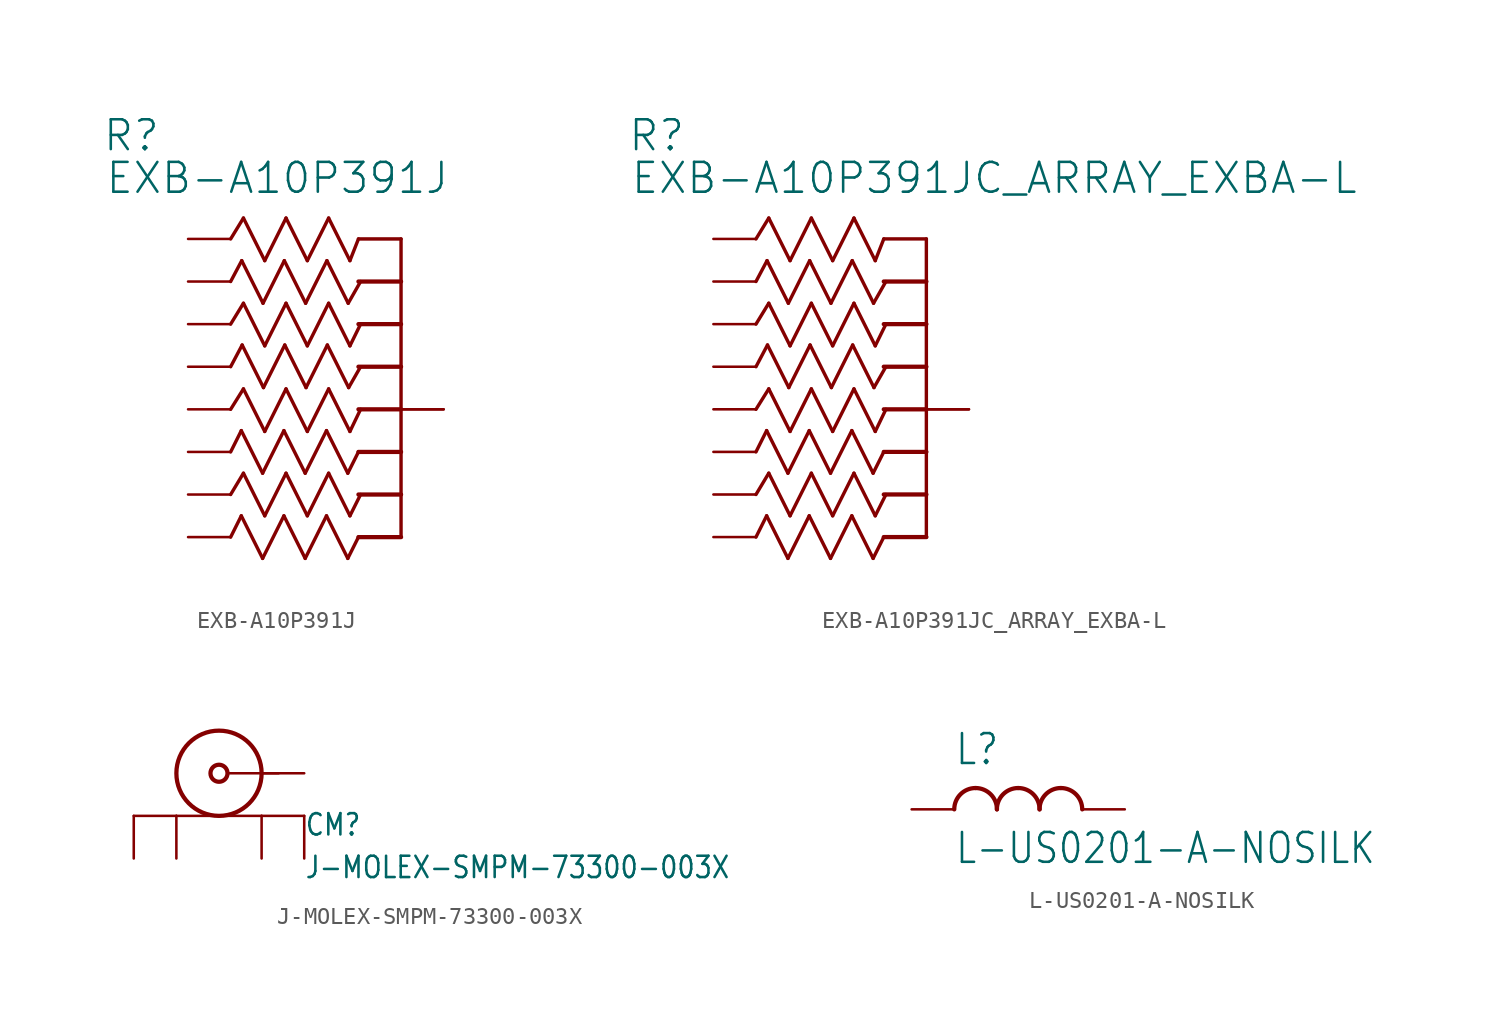
<source format=kicad_sym>
(kicad_symbol_lib
  (version 20211014)
  (generator kicad_symbol_editor)
  (symbol "EXB-A10P391J"
    (property "Reference" "R"
      (at -17.831 5.131 0)
      (effects (font (size 1.778 1.778)) (justify left bottom)))
    (property "Value" "EXB-A10P391J"
      (at -17.678 2.591 0)
      (effects (font (size 1.778 1.778)) (justify left bottom)))
    (property "ki_locked" ""
      (at 0 0 0)
      (effects (font (size 1.27 1.27))))
    (symbol "EXB-A10P391J_1_0"
      (polyline (pts (xy -10.16 -15.24) (xy -9.398 -13.97)) (stroke (width 0.203) (type default) (color 0 0 0 0)) (fill (type none)))
      (polyline (pts (xy -10.16 -10.16) (xy -9.398 -8.941)) (stroke (width 0.203) (type default) (color 0 0 0 0)) (fill (type none)))
      (polyline (pts (xy -10.16 -5.08) (xy -9.398 -3.835)) (stroke (width 0.203) (type default) (color 0 0 0 0)) (fill (type none)))
      (polyline (pts (xy -10.16 0) (xy -9.398 1.245)) (stroke (width 0.203) (type default) (color 0 0 0 0)) (fill (type none)))
      (polyline (pts (xy -9.525 -16.51) (xy -10.16 -17.78)) (stroke (width 0.203) (type default) (color 0 0 0 0)) (fill (type none)))
      (polyline (pts (xy -9.525 -11.43) (xy -10.16 -12.7)) (stroke (width 0.203) (type default) (color 0 0 0 0)) (fill (type none)))
      (polyline (pts (xy -9.5 -1.295) (xy -10.16 -2.54)) (stroke (width 0.203) (type default) (color 0 0 0 0)) (fill (type none)))
      (polyline (pts (xy -9.474 -6.325) (xy -10.16 -7.62)) (stroke (width 0.203) (type default) (color 0 0 0 0)) (fill (type none)))
      (polyline (pts (xy -9.398 -13.97) (xy -8.128 -16.51)) (stroke (width 0.203) (type default) (color 0 0 0 0)) (fill (type none)))
      (polyline (pts (xy -9.398 -8.941) (xy -8.128 -11.481)) (stroke (width 0.203) (type default) (color 0 0 0 0)) (fill (type none)))
      (polyline (pts (xy -9.398 -3.835) (xy -8.128 -6.375)) (stroke (width 0.203) (type default) (color 0 0 0 0)) (fill (type none)))
      (polyline (pts (xy -9.398 1.245) (xy -8.128 -1.295)) (stroke (width 0.203) (type default) (color 0 0 0 0)) (fill (type none)))
      (polyline (pts (xy -8.255 -19.05) (xy -9.525 -16.51)) (stroke (width 0.203) (type default) (color 0 0 0 0)) (fill (type none)))
      (polyline (pts (xy -8.255 -13.97) (xy -9.525 -11.43)) (stroke (width 0.203) (type default) (color 0 0 0 0)) (fill (type none)))
      (polyline (pts (xy -8.23 -3.835) (xy -9.5 -1.295)) (stroke (width 0.203) (type default) (color 0 0 0 0)) (fill (type none)))
      (polyline (pts (xy -8.204 -8.865) (xy -9.474 -6.325)) (stroke (width 0.203) (type default) (color 0 0 0 0)) (fill (type none)))
      (polyline (pts (xy -8.128 -16.51) (xy -6.858 -13.97)) (stroke (width 0.203) (type default) (color 0 0 0 0)) (fill (type none)))
      (polyline (pts (xy -8.128 -11.481) (xy -6.858 -8.941)) (stroke (width 0.203) (type default) (color 0 0 0 0)) (fill (type none)))
      (polyline (pts (xy -8.128 -6.375) (xy -6.858 -3.835)) (stroke (width 0.203) (type default) (color 0 0 0 0)) (fill (type none)))
      (polyline (pts (xy -8.128 -1.295) (xy -6.858 1.245)) (stroke (width 0.203) (type default) (color 0 0 0 0)) (fill (type none)))
      (polyline (pts (xy -6.985 -16.51) (xy -8.255 -19.05)) (stroke (width 0.203) (type default) (color 0 0 0 0)) (fill (type none)))
      (polyline (pts (xy -6.985 -11.43) (xy -8.255 -13.97)) (stroke (width 0.203) (type default) (color 0 0 0 0)) (fill (type none)))
      (polyline (pts (xy -6.96 -1.295) (xy -8.23 -3.835)) (stroke (width 0.203) (type default) (color 0 0 0 0)) (fill (type none)))
      (polyline (pts (xy -6.934 -6.325) (xy -8.204 -8.865)) (stroke (width 0.203) (type default) (color 0 0 0 0)) (fill (type none)))
      (polyline (pts (xy -6.858 -13.97) (xy -5.588 -16.51)) (stroke (width 0.203) (type default) (color 0 0 0 0)) (fill (type none)))
      (polyline (pts (xy -6.858 -8.941) (xy -5.588 -11.481)) (stroke (width 0.203) (type default) (color 0 0 0 0)) (fill (type none)))
      (polyline (pts (xy -6.858 -3.835) (xy -5.588 -6.375)) (stroke (width 0.203) (type default) (color 0 0 0 0)) (fill (type none)))
      (polyline (pts (xy -6.858 1.245) (xy -5.588 -1.295)) (stroke (width 0.203) (type default) (color 0 0 0 0)) (fill (type none)))
      (polyline (pts (xy -5.715 -19.05) (xy -6.985 -16.51)) (stroke (width 0.203) (type default) (color 0 0 0 0)) (fill (type none)))
      (polyline (pts (xy -5.715 -13.97) (xy -6.985 -11.43)) (stroke (width 0.203) (type default) (color 0 0 0 0)) (fill (type none)))
      (polyline (pts (xy -5.69 -3.835) (xy -6.96 -1.295)) (stroke (width 0.203) (type default) (color 0 0 0 0)) (fill (type none)))
      (polyline (pts (xy -5.664 -8.865) (xy -6.934 -6.325)) (stroke (width 0.203) (type default) (color 0 0 0 0)) (fill (type none)))
      (polyline (pts (xy -5.588 -16.51) (xy -4.318 -13.97)) (stroke (width 0.203) (type default) (color 0 0 0 0)) (fill (type none)))
      (polyline (pts (xy -5.588 -11.481) (xy -4.318 -8.941)) (stroke (width 0.203) (type default) (color 0 0 0 0)) (fill (type none)))
      (polyline (pts (xy -5.588 -6.375) (xy -4.318 -3.835)) (stroke (width 0.203) (type default) (color 0 0 0 0)) (fill (type none)))
      (polyline (pts (xy -5.588 -1.295) (xy -4.318 1.245)) (stroke (width 0.203) (type default) (color 0 0 0 0)) (fill (type none)))
      (polyline (pts (xy -4.445 -16.51) (xy -5.715 -19.05)) (stroke (width 0.203) (type default) (color 0 0 0 0)) (fill (type none)))
      (polyline (pts (xy -4.445 -11.43) (xy -5.715 -13.97)) (stroke (width 0.203) (type default) (color 0 0 0 0)) (fill (type none)))
      (polyline (pts (xy -4.42 -1.295) (xy -5.69 -3.835)) (stroke (width 0.203) (type default) (color 0 0 0 0)) (fill (type none)))
      (polyline (pts (xy -4.394 -6.325) (xy -5.664 -8.865)) (stroke (width 0.203) (type default) (color 0 0 0 0)) (fill (type none)))
      (polyline (pts (xy -4.318 -13.97) (xy -3.048 -16.51)) (stroke (width 0.203) (type default) (color 0 0 0 0)) (fill (type none)))
      (polyline (pts (xy -4.318 -8.941) (xy -3.048 -11.481)) (stroke (width 0.203) (type default) (color 0 0 0 0)) (fill (type none)))
      (polyline (pts (xy -4.318 -3.835) (xy -3.048 -6.375)) (stroke (width 0.203) (type default) (color 0 0 0 0)) (fill (type none)))
      (polyline (pts (xy -4.318 1.245) (xy -3.048 -1.295)) (stroke (width 0.203) (type default) (color 0 0 0 0)) (fill (type none)))
      (polyline (pts (xy -3.175 -19.05) (xy -4.445 -16.51)) (stroke (width 0.203) (type default) (color 0 0 0 0)) (fill (type none)))
      (polyline (pts (xy -3.175 -13.97) (xy -4.445 -11.43)) (stroke (width 0.203) (type default) (color 0 0 0 0)) (fill (type none)))
      (polyline (pts (xy -3.15 -3.835) (xy -4.42 -1.295)) (stroke (width 0.203) (type default) (color 0 0 0 0)) (fill (type none)))
      (polyline (pts (xy -3.124 -8.865) (xy -4.394 -6.325)) (stroke (width 0.203) (type default) (color 0 0 0 0)) (fill (type none)))
      (polyline (pts (xy -3.048 -16.51) (xy -2.413 -15.24)) (stroke (width 0.203) (type default) (color 0 0 0 0)) (fill (type none)))
      (polyline (pts (xy -3.048 -11.481) (xy -2.413 -10.16)) (stroke (width 0.203) (type default) (color 0 0 0 0)) (fill (type none)))
      (polyline (pts (xy -3.048 -6.375) (xy -2.413 -5.08)) (stroke (width 0.203) (type default) (color 0 0 0 0)) (fill (type none)))
      (polyline (pts (xy -3.048 -1.295) (xy -2.54 0)) (stroke (width 0.203) (type default) (color 0 0 0 0)) (fill (type none)))
      (polyline (pts (xy -2.54 -17.78) (xy -3.175 -19.05)) (stroke (width 0.203) (type default) (color 0 0 0 0)) (fill (type none)))
      (polyline (pts (xy -2.54 -17.78) (xy 0 -17.78)) (stroke (width 0.254) (type default) (color 0 0 0 0)) (fill (type none)))
      (polyline (pts (xy -2.54 -15.24) (xy 0 -15.24)) (stroke (width 0.254) (type default) (color 0 0 0 0)) (fill (type none)))
      (polyline (pts (xy -2.54 -12.7) (xy -3.175 -13.97)) (stroke (width 0.203) (type default) (color 0 0 0 0)) (fill (type none)))
      (polyline (pts (xy -2.54 -12.7) (xy 0 -12.7)) (stroke (width 0.254) (type default) (color 0 0 0 0)) (fill (type none)))
      (polyline (pts (xy -2.54 -10.16) (xy 0 -10.16)) (stroke (width 0.254) (type default) (color 0 0 0 0)) (fill (type none)))
      (polyline (pts (xy -2.54 -7.62) (xy 0 -7.62)) (stroke (width 0.254) (type default) (color 0 0 0 0)) (fill (type none)))
      (polyline (pts (xy -2.54 -5.08) (xy 0 -5.08)) (stroke (width 0.254) (type default) (color 0 0 0 0)) (fill (type none)))
      (polyline (pts (xy -2.54 -2.54) (xy 0 -2.54)) (stroke (width 0.254) (type default) (color 0 0 0 0)) (fill (type none)))
      (polyline (pts (xy -2.54 0) (xy 0 0)) (stroke (width 0.203) (type default) (color 0 0 0 0)) (fill (type none)))
      (polyline (pts (xy -2.413 -7.62) (xy -3.124 -8.865)) (stroke (width 0.203) (type default) (color 0 0 0 0)) (fill (type none)))
      (polyline (pts (xy -2.413 -2.54) (xy -3.15 -3.835)) (stroke (width 0.203) (type default) (color 0 0 0 0)) (fill (type none)))
      (polyline (pts (xy 0 -15.24) (xy 0 -17.78)) (stroke (width 0.203) (type default) (color 0 0 0 0)) (fill (type none)))
      (polyline (pts (xy 0 -12.7) (xy 0 -15.24)) (stroke (width 0.203) (type default) (color 0 0 0 0)) (fill (type none)))
      (polyline (pts (xy 0 -10.16) (xy 0 -12.7)) (stroke (width 0.203) (type default) (color 0 0 0 0)) (fill (type none)))
      (polyline (pts (xy 0 -7.62) (xy 0 -10.16)) (stroke (width 0.203) (type default) (color 0 0 0 0)) (fill (type none)))
      (polyline (pts (xy 0 -5.08) (xy 0 -7.62)) (stroke (width 0.203) (type default) (color 0 0 0 0)) (fill (type none)))
      (polyline (pts (xy 0 -2.54) (xy 0 -5.08)) (stroke (width 0.203) (type default) (color 0 0 0 0)) (fill (type none)))
      (polyline (pts (xy 0 0) (xy 0 -2.54)) (stroke (width 0.203) (type default) (color 0 0 0 0)) (fill (type none)))
      (pin passive line (at -12.7 0 0) (length 2.54) (name "11" (effects (font (size 0 0)))) (number "1" (effects (font (size 0 0)))))
      (pin passive line (at 2.54 -10.16 180) (length 2.54) (name "55" (effects (font (size 0 0)))) (number "10" (effects (font (size 0 0)))))
      (pin passive line (at -12.7 -5.08 0) (length 2.54) (name "22" (effects (font (size 0 0)))) (number "2" (effects (font (size 0 0)))))
      (pin passive line (at -12.7 -10.16 0) (length 2.54) (name "33" (effects (font (size 0 0)))) (number "3" (effects (font (size 0 0)))))
      (pin passive line (at -12.7 -15.24 0) (length 2.54) (name "44" (effects (font (size 0 0)))) (number "4" (effects (font (size 0 0)))))
      (pin passive line (at 2.54 -10.16 180) (length 2.54) (name "55" (effects (font (size 0 0)))) (number "5" (effects (font (size 0 0)))))
      (pin passive line (at -12.7 -17.78 0) (length 2.54) (name "66" (effects (font (size 0 0)))) (number "6" (effects (font (size 0 0)))))
      (pin passive line (at -12.7 -12.7 0) (length 2.54) (name "77" (effects (font (size 0 0)))) (number "7" (effects (font (size 0 0)))))
      (pin passive line (at -12.7 -7.62 0) (length 2.54) (name "88" (effects (font (size 0 0)))) (number "8" (effects (font (size 0 0)))))
      (pin passive line (at -12.7 -2.54 0) (length 2.54) (name "99" (effects (font (size 0 0)))) (number "9" (effects (font (size 0 0)))))))
  (symbol "EXB-A10P391JC_ARRAY_EXBA-L"
    (property "Reference" "R"
      (at -17.831 5.131 0)
      (effects (font (size 1.778 1.778)) (justify left bottom)))
    (property "Value" "EXB-A10P391JC_ARRAY_EXBA-L"
      (at -17.678 2.591 0)
      (effects (font (size 1.778 1.778)) (justify left bottom)))
    (property "ki_locked" ""
      (at 0 0 0)
      (effects (font (size 1.27 1.27))))
    (symbol "EXB-A10P391JC_ARRAY_EXBA-L_1_0"
      (polyline (pts (xy -10.16 -15.24) (xy -9.398 -13.97)) (stroke (width 0.203) (type default) (color 0 0 0 0)) (fill (type none)))
      (polyline (pts (xy -10.16 -10.16) (xy -9.398 -8.941)) (stroke (width 0.203) (type default) (color 0 0 0 0)) (fill (type none)))
      (polyline (pts (xy -10.16 -5.08) (xy -9.398 -3.835)) (stroke (width 0.203) (type default) (color 0 0 0 0)) (fill (type none)))
      (polyline (pts (xy -10.16 0) (xy -9.398 1.245)) (stroke (width 0.203) (type default) (color 0 0 0 0)) (fill (type none)))
      (polyline (pts (xy -9.525 -16.51) (xy -10.16 -17.78)) (stroke (width 0.203) (type default) (color 0 0 0 0)) (fill (type none)))
      (polyline (pts (xy -9.525 -11.43) (xy -10.16 -12.7)) (stroke (width 0.203) (type default) (color 0 0 0 0)) (fill (type none)))
      (polyline (pts (xy -9.5 -1.295) (xy -10.16 -2.54)) (stroke (width 0.203) (type default) (color 0 0 0 0)) (fill (type none)))
      (polyline (pts (xy -9.474 -6.325) (xy -10.16 -7.62)) (stroke (width 0.203) (type default) (color 0 0 0 0)) (fill (type none)))
      (polyline (pts (xy -9.398 -13.97) (xy -8.128 -16.51)) (stroke (width 0.203) (type default) (color 0 0 0 0)) (fill (type none)))
      (polyline (pts (xy -9.398 -8.941) (xy -8.128 -11.481)) (stroke (width 0.203) (type default) (color 0 0 0 0)) (fill (type none)))
      (polyline (pts (xy -9.398 -3.835) (xy -8.128 -6.375)) (stroke (width 0.203) (type default) (color 0 0 0 0)) (fill (type none)))
      (polyline (pts (xy -9.398 1.245) (xy -8.128 -1.295)) (stroke (width 0.203) (type default) (color 0 0 0 0)) (fill (type none)))
      (polyline (pts (xy -8.255 -19.05) (xy -9.525 -16.51)) (stroke (width 0.203) (type default) (color 0 0 0 0)) (fill (type none)))
      (polyline (pts (xy -8.255 -13.97) (xy -9.525 -11.43)) (stroke (width 0.203) (type default) (color 0 0 0 0)) (fill (type none)))
      (polyline (pts (xy -8.23 -3.835) (xy -9.5 -1.295)) (stroke (width 0.203) (type default) (color 0 0 0 0)) (fill (type none)))
      (polyline (pts (xy -8.204 -8.865) (xy -9.474 -6.325)) (stroke (width 0.203) (type default) (color 0 0 0 0)) (fill (type none)))
      (polyline (pts (xy -8.128 -16.51) (xy -6.858 -13.97)) (stroke (width 0.203) (type default) (color 0 0 0 0)) (fill (type none)))
      (polyline (pts (xy -8.128 -11.481) (xy -6.858 -8.941)) (stroke (width 0.203) (type default) (color 0 0 0 0)) (fill (type none)))
      (polyline (pts (xy -8.128 -6.375) (xy -6.858 -3.835)) (stroke (width 0.203) (type default) (color 0 0 0 0)) (fill (type none)))
      (polyline (pts (xy -8.128 -1.295) (xy -6.858 1.245)) (stroke (width 0.203) (type default) (color 0 0 0 0)) (fill (type none)))
      (polyline (pts (xy -6.985 -16.51) (xy -8.255 -19.05)) (stroke (width 0.203) (type default) (color 0 0 0 0)) (fill (type none)))
      (polyline (pts (xy -6.985 -11.43) (xy -8.255 -13.97)) (stroke (width 0.203) (type default) (color 0 0 0 0)) (fill (type none)))
      (polyline (pts (xy -6.96 -1.295) (xy -8.23 -3.835)) (stroke (width 0.203) (type default) (color 0 0 0 0)) (fill (type none)))
      (polyline (pts (xy -6.934 -6.325) (xy -8.204 -8.865)) (stroke (width 0.203) (type default) (color 0 0 0 0)) (fill (type none)))
      (polyline (pts (xy -6.858 -13.97) (xy -5.588 -16.51)) (stroke (width 0.203) (type default) (color 0 0 0 0)) (fill (type none)))
      (polyline (pts (xy -6.858 -8.941) (xy -5.588 -11.481)) (stroke (width 0.203) (type default) (color 0 0 0 0)) (fill (type none)))
      (polyline (pts (xy -6.858 -3.835) (xy -5.588 -6.375)) (stroke (width 0.203) (type default) (color 0 0 0 0)) (fill (type none)))
      (polyline (pts (xy -6.858 1.245) (xy -5.588 -1.295)) (stroke (width 0.203) (type default) (color 0 0 0 0)) (fill (type none)))
      (polyline (pts (xy -5.715 -19.05) (xy -6.985 -16.51)) (stroke (width 0.203) (type default) (color 0 0 0 0)) (fill (type none)))
      (polyline (pts (xy -5.715 -13.97) (xy -6.985 -11.43)) (stroke (width 0.203) (type default) (color 0 0 0 0)) (fill (type none)))
      (polyline (pts (xy -5.69 -3.835) (xy -6.96 -1.295)) (stroke (width 0.203) (type default) (color 0 0 0 0)) (fill (type none)))
      (polyline (pts (xy -5.664 -8.865) (xy -6.934 -6.325)) (stroke (width 0.203) (type default) (color 0 0 0 0)) (fill (type none)))
      (polyline (pts (xy -5.588 -16.51) (xy -4.318 -13.97)) (stroke (width 0.203) (type default) (color 0 0 0 0)) (fill (type none)))
      (polyline (pts (xy -5.588 -11.481) (xy -4.318 -8.941)) (stroke (width 0.203) (type default) (color 0 0 0 0)) (fill (type none)))
      (polyline (pts (xy -5.588 -6.375) (xy -4.318 -3.835)) (stroke (width 0.203) (type default) (color 0 0 0 0)) (fill (type none)))
      (polyline (pts (xy -5.588 -1.295) (xy -4.318 1.245)) (stroke (width 0.203) (type default) (color 0 0 0 0)) (fill (type none)))
      (polyline (pts (xy -4.445 -16.51) (xy -5.715 -19.05)) (stroke (width 0.203) (type default) (color 0 0 0 0)) (fill (type none)))
      (polyline (pts (xy -4.445 -11.43) (xy -5.715 -13.97)) (stroke (width 0.203) (type default) (color 0 0 0 0)) (fill (type none)))
      (polyline (pts (xy -4.42 -1.295) (xy -5.69 -3.835)) (stroke (width 0.203) (type default) (color 0 0 0 0)) (fill (type none)))
      (polyline (pts (xy -4.394 -6.325) (xy -5.664 -8.865)) (stroke (width 0.203) (type default) (color 0 0 0 0)) (fill (type none)))
      (polyline (pts (xy -4.318 -13.97) (xy -3.048 -16.51)) (stroke (width 0.203) (type default) (color 0 0 0 0)) (fill (type none)))
      (polyline (pts (xy -4.318 -8.941) (xy -3.048 -11.481)) (stroke (width 0.203) (type default) (color 0 0 0 0)) (fill (type none)))
      (polyline (pts (xy -4.318 -3.835) (xy -3.048 -6.375)) (stroke (width 0.203) (type default) (color 0 0 0 0)) (fill (type none)))
      (polyline (pts (xy -4.318 1.245) (xy -3.048 -1.295)) (stroke (width 0.203) (type default) (color 0 0 0 0)) (fill (type none)))
      (polyline (pts (xy -3.175 -19.05) (xy -4.445 -16.51)) (stroke (width 0.203) (type default) (color 0 0 0 0)) (fill (type none)))
      (polyline (pts (xy -3.175 -13.97) (xy -4.445 -11.43)) (stroke (width 0.203) (type default) (color 0 0 0 0)) (fill (type none)))
      (polyline (pts (xy -3.15 -3.835) (xy -4.42 -1.295)) (stroke (width 0.203) (type default) (color 0 0 0 0)) (fill (type none)))
      (polyline (pts (xy -3.124 -8.865) (xy -4.394 -6.325)) (stroke (width 0.203) (type default) (color 0 0 0 0)) (fill (type none)))
      (polyline (pts (xy -3.048 -16.51) (xy -2.413 -15.24)) (stroke (width 0.203) (type default) (color 0 0 0 0)) (fill (type none)))
      (polyline (pts (xy -3.048 -11.481) (xy -2.413 -10.16)) (stroke (width 0.203) (type default) (color 0 0 0 0)) (fill (type none)))
      (polyline (pts (xy -3.048 -6.375) (xy -2.413 -5.08)) (stroke (width 0.203) (type default) (color 0 0 0 0)) (fill (type none)))
      (polyline (pts (xy -3.048 -1.295) (xy -2.54 0)) (stroke (width 0.203) (type default) (color 0 0 0 0)) (fill (type none)))
      (polyline (pts (xy -2.54 -17.78) (xy -3.175 -19.05)) (stroke (width 0.203) (type default) (color 0 0 0 0)) (fill (type none)))
      (polyline (pts (xy -2.54 -17.78) (xy 0 -17.78)) (stroke (width 0.254) (type default) (color 0 0 0 0)) (fill (type none)))
      (polyline (pts (xy -2.54 -15.24) (xy 0 -15.24)) (stroke (width 0.254) (type default) (color 0 0 0 0)) (fill (type none)))
      (polyline (pts (xy -2.54 -12.7) (xy -3.175 -13.97)) (stroke (width 0.203) (type default) (color 0 0 0 0)) (fill (type none)))
      (polyline (pts (xy -2.54 -12.7) (xy 0 -12.7)) (stroke (width 0.254) (type default) (color 0 0 0 0)) (fill (type none)))
      (polyline (pts (xy -2.54 -10.16) (xy 0 -10.16)) (stroke (width 0.254) (type default) (color 0 0 0 0)) (fill (type none)))
      (polyline (pts (xy -2.54 -7.62) (xy 0 -7.62)) (stroke (width 0.254) (type default) (color 0 0 0 0)) (fill (type none)))
      (polyline (pts (xy -2.54 -5.08) (xy 0 -5.08)) (stroke (width 0.254) (type default) (color 0 0 0 0)) (fill (type none)))
      (polyline (pts (xy -2.54 -2.54) (xy 0 -2.54)) (stroke (width 0.254) (type default) (color 0 0 0 0)) (fill (type none)))
      (polyline (pts (xy -2.54 0) (xy 0 0)) (stroke (width 0.203) (type default) (color 0 0 0 0)) (fill (type none)))
      (polyline (pts (xy -2.413 -7.62) (xy -3.124 -8.865)) (stroke (width 0.203) (type default) (color 0 0 0 0)) (fill (type none)))
      (polyline (pts (xy -2.413 -2.54) (xy -3.15 -3.835)) (stroke (width 0.203) (type default) (color 0 0 0 0)) (fill (type none)))
      (polyline (pts (xy 0 -15.24) (xy 0 -17.78)) (stroke (width 0.203) (type default) (color 0 0 0 0)) (fill (type none)))
      (polyline (pts (xy 0 -12.7) (xy 0 -15.24)) (stroke (width 0.203) (type default) (color 0 0 0 0)) (fill (type none)))
      (polyline (pts (xy 0 -10.16) (xy 0 -12.7)) (stroke (width 0.203) (type default) (color 0 0 0 0)) (fill (type none)))
      (polyline (pts (xy 0 -7.62) (xy 0 -10.16)) (stroke (width 0.203) (type default) (color 0 0 0 0)) (fill (type none)))
      (polyline (pts (xy 0 -5.08) (xy 0 -7.62)) (stroke (width 0.203) (type default) (color 0 0 0 0)) (fill (type none)))
      (polyline (pts (xy 0 -2.54) (xy 0 -5.08)) (stroke (width 0.203) (type default) (color 0 0 0 0)) (fill (type none)))
      (polyline (pts (xy 0 0) (xy 0 -2.54)) (stroke (width 0.203) (type default) (color 0 0 0 0)) (fill (type none)))
      (pin passive line (at -12.7 0 0) (length 2.54) (name "11" (effects (font (size 0 0)))) (number "1" (effects (font (size 0 0)))))
      (pin passive line (at 2.54 -10.16 180) (length 2.54) (name "55" (effects (font (size 0 0)))) (number "10" (effects (font (size 0 0)))))
      (pin passive line (at -12.7 -5.08 0) (length 2.54) (name "22" (effects (font (size 0 0)))) (number "2" (effects (font (size 0 0)))))
      (pin passive line (at -12.7 -10.16 0) (length 2.54) (name "33" (effects (font (size 0 0)))) (number "3" (effects (font (size 0 0)))))
      (pin passive line (at -12.7 -15.24 0) (length 2.54) (name "44" (effects (font (size 0 0)))) (number "4" (effects (font (size 0 0)))))
      (pin passive line (at 2.54 -10.16 180) (length 2.54) (name "55" (effects (font (size 0 0)))) (number "5" (effects (font (size 0 0)))))
      (pin passive line (at -12.7 -17.78 0) (length 2.54) (name "66" (effects (font (size 0 0)))) (number "6" (effects (font (size 0 0)))))
      (pin passive line (at -12.7 -12.7 0) (length 2.54) (name "77" (effects (font (size 0 0)))) (number "7" (effects (font (size 0 0)))))
      (pin passive line (at -12.7 -7.62 0) (length 2.54) (name "88" (effects (font (size 0 0)))) (number "8" (effects (font (size 0 0)))))
      (pin passive line (at -12.7 -2.54 0) (length 2.54) (name "99" (effects (font (size 0 0)))) (number "9" (effects (font (size 0 0)))))))
  (symbol "J-MOLEX-SMPM-73300-003X"
    (property "Reference" "CM"
      (at 5.08 -3.81 0)
      (effects (font (size 1.27 1.079)) (justify left bottom)))
    (property "Value" "J-MOLEX-SMPM-73300-003X"
      (at 5.08 -6.35 0)
      (effects (font (size 1.27 1.079)) (justify left bottom)))
    (property "ki_locked" ""
      (at 0 0 0)
      (effects (font (size 1.27 1.27))))
    (symbol "J-MOLEX-SMPM-73300-003X_1_0"
      (polyline (pts (xy -5.08 -2.54) (xy -2.54 -2.54)) (stroke (width 0.152) (type default) (color 0 0 0 0)) (fill (type none)))
      (polyline (pts (xy -2.54 -2.54) (xy 2.54 -2.54)) (stroke (width 0.152) (type default) (color 0 0 0 0)) (fill (type none)))
      (polyline (pts (xy 0.508 0) (xy 3.556 0)) (stroke (width 0.152) (type default) (color 0 0 0 0)) (fill (type none)))
      (polyline (pts (xy 5.08 -2.54) (xy 2.54 -2.54)) (stroke (width 0.152) (type default) (color 0 0 0 0)) (fill (type none)))
      (circle (center 0 0) (radius 0.508) (stroke (width 0.254) (type default) (color 0 0 0 0)) (fill (type none)))
      (circle (center 0 0) (radius 2.54) (stroke (width 0.254) (type default) (color 0 0 0 0)) (fill (type none)))
      (pin passive line (at -5.08 -5.08 90) (length 2.54) (name "SHIELD3" (effects (font (size 0 0)))) (number "P$1" (effects (font (size 0 0)))))
      (pin passive line (at 5.08 -5.08 90) (length 2.54) (name "SHIELD2" (effects (font (size 0 0)))) (number "P$2" (effects (font (size 0 0)))))
      (pin passive line (at -2.54 -5.08 90) (length 2.54) (name "SHIELD1" (effects (font (size 0 0)))) (number "P$3" (effects (font (size 0 0)))))
      (pin passive line (at 2.54 -5.08 90) (length 2.54) (name "SHIELD" (effects (font (size 0 0)))) (number "P$4" (effects (font (size 0 0)))))
      (pin passive line (at 5.08 0 180) (length 2.54) (name "CENTER" (effects (font (size 0 0)))) (number "RF" (effects (font (size 0 0)))))))
  (symbol "L-US0201-A-NOSILK"
    (property "Reference" "L"
      (at -5.08 2.54 0)
      (effects (font (size 1.778 1.511)) (justify left bottom)))
    (property "Value" "L-US0201-A-NOSILK"
      (at -5.08 -1.27 0)
      (effects (font (size 1.778 1.511)) (justify left top)))
    (property "ki_locked" ""
      (at 0 0 0)
      (effects (font (size 1.27 1.27))))
    (symbol "L-US0201-A-NOSILK_1_0"
      (arc (start -3.81 1.27) (mid -4.708 0.898) (end -5.08 0) (stroke (width 0.254) (type default) (color 0 0 0 0)) (fill (type none)))
      (arc (start -2.54 0) (mid -2.912 0.898) (end -3.81 1.27) (stroke (width 0.254) (type default) (color 0 0 0 0)) (fill (type none)))
      (arc (start -1.27 1.27) (mid -2.168 0.898) (end -2.54 0) (stroke (width 0.254) (type default) (color 0 0 0 0)) (fill (type none)))
      (arc (start 0 0) (mid -0.372 0.898) (end -1.27 1.27) (stroke (width 0.254) (type default) (color 0 0 0 0)) (fill (type none)))
      (arc (start 1.27 1.27) (mid 0.372 0.898) (end 0 0) (stroke (width 0.254) (type default) (color 0 0 0 0)) (fill (type none)))
      (arc (start 2.54 0) (mid 2.168 0.898) (end 1.27 1.27) (stroke (width 0.254) (type default) (color 0 0 0 0)) (fill (type none)))
      (pin passive line (at -7.62 0 0) (length 2.54) (name "1" (effects (font (size 0 0)))) (number "1" (effects (font (size 0 0)))))
      (pin passive line (at 5.08 0 180) (length 2.54) (name "2" (effects (font (size 0 0)))) (number "2" (effects (font (size 0 0))))))))
</source>
